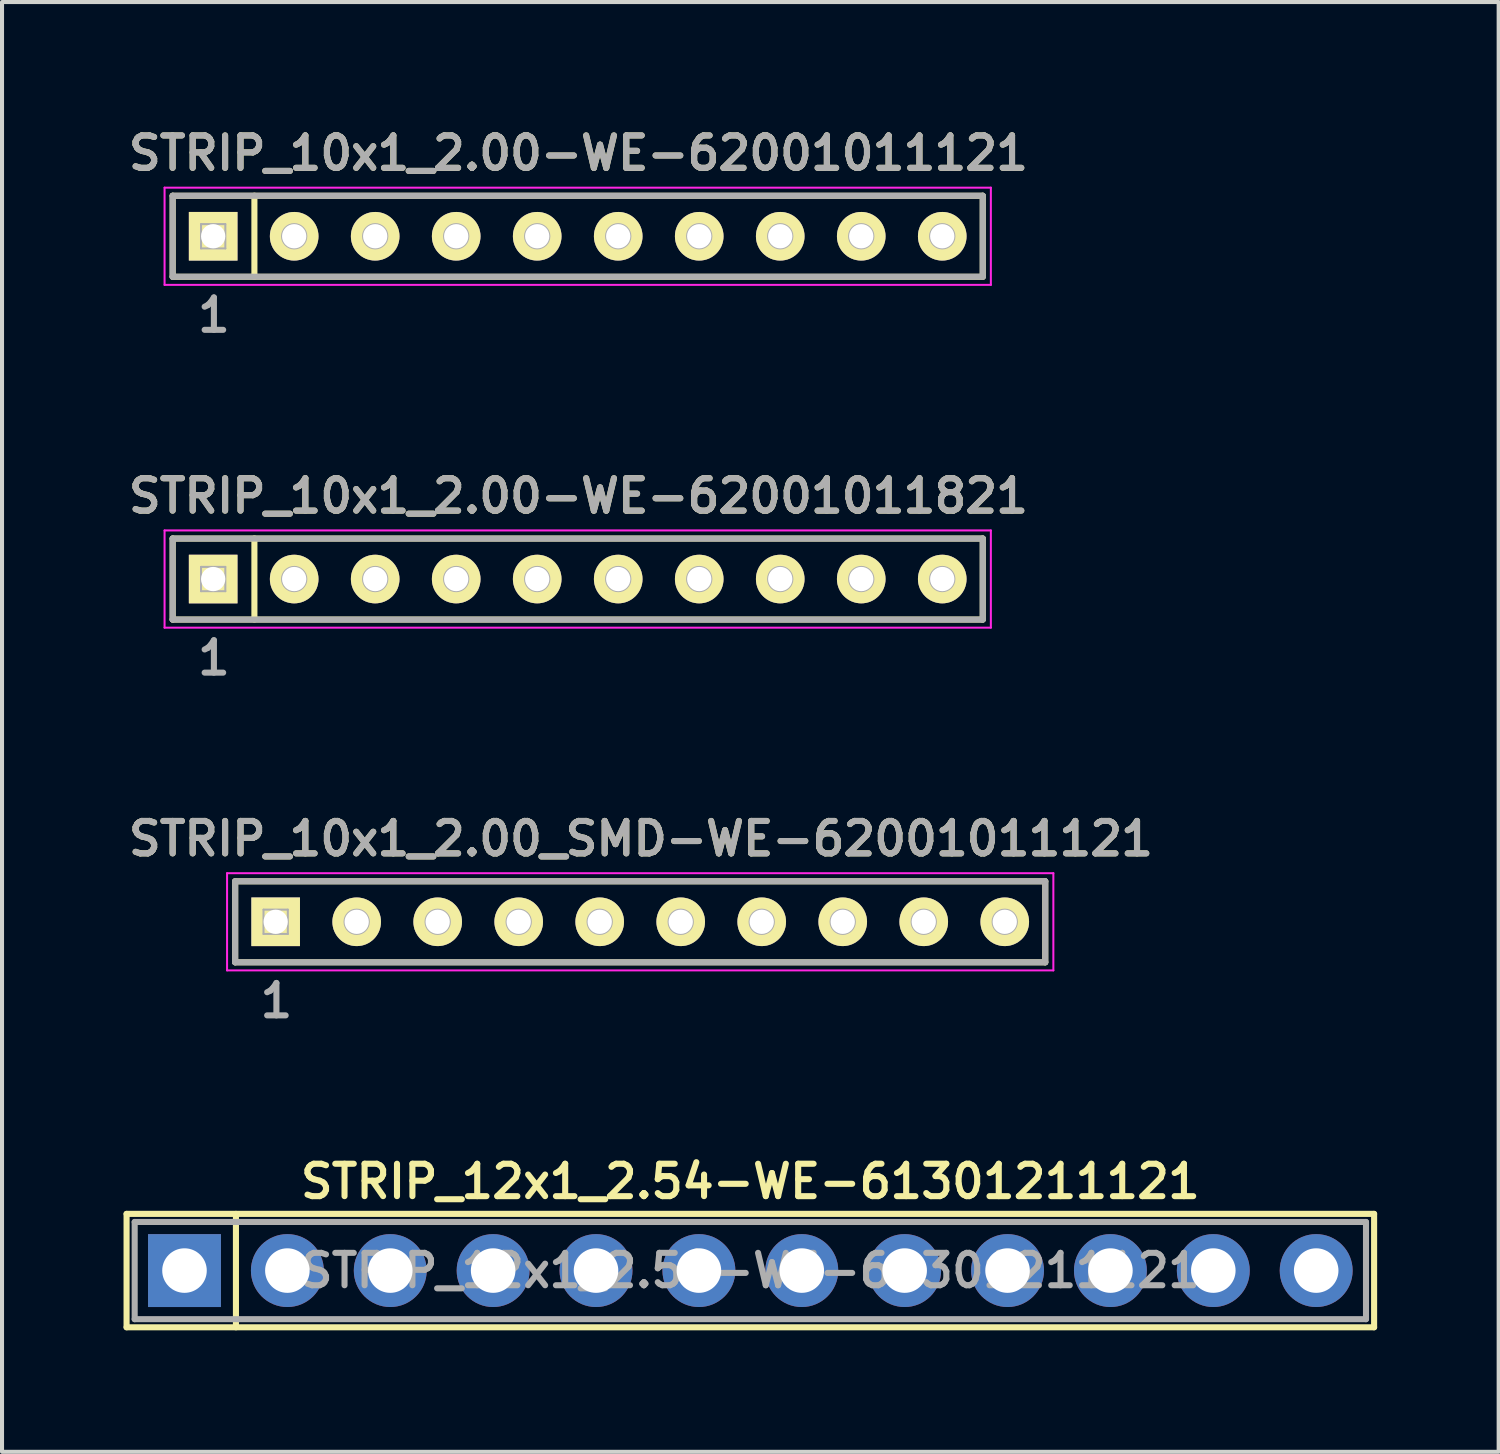
<source format=kicad_pcb>
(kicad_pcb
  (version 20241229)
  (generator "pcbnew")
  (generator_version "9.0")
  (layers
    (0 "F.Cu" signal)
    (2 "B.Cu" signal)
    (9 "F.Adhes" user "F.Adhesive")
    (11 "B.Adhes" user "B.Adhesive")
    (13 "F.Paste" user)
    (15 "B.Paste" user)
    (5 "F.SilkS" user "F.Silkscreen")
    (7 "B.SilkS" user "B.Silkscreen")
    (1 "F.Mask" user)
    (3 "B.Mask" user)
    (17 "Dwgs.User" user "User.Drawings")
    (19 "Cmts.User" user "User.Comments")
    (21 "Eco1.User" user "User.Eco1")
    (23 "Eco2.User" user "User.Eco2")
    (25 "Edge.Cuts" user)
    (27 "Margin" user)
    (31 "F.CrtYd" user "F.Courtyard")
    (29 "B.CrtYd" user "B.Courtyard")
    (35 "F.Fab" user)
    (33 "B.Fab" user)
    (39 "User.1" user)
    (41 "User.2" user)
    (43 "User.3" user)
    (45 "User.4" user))
  (footprint "STRIP_12x1_2.54-WE-61301211121"
    (layer "F.Cu")
    (at 15.475 28.319)
    (property "Reference" "STRIP_12x1_2.54-WE-61301211121" (at 0 -2.2 0) (layer "F.SilkS") (effects (font (size 0.8 0.8) (thickness 0.15))))
    (attr through_hole)
    (fp_line (start -15.4 -1.4) (end 15.4 -1.4) (stroke (width 0.15) (type solid)) (layer "F.SilkS"))
    (fp_line (start -15.4 1.4) (end -15.4 -1.4) (stroke (width 0.15) (type solid)) (layer "F.SilkS"))
    (fp_line (start -15.4 1.4) (end 15.4 1.4) (stroke (width 0.15) (type solid)) (layer "F.SilkS"))
    (fp_line (start -12.7 1.4) (end -12.7 -1.4) (stroke (width 0.15) (type solid)) (layer "F.SilkS"))
    (fp_line (start 15.4 -1.4) (end 15.4 1.4) (stroke (width 0.15) (type solid)) (layer "F.SilkS"))
    (fp_line (start -15.2 -1.2) (end -15.2 1.2) (stroke (width 0.15) (type solid)) (layer "F.Fab"))
    (fp_line (start -15.2 1.2) (end 15.2 1.2) (stroke (width 0.15) (type solid)) (layer "F.Fab"))
    (fp_line (start -14.27 -0.3) (end -13.67 -0.3) (stroke (width 0.15) (type solid)) (layer "F.Fab"))
    (fp_line (start -14.27 0.3) (end -14.27 -0.3) (stroke (width 0.15) (type solid)) (layer "F.Fab"))
    (fp_line (start -13.67 -0.3) (end -13.67 0.3) (stroke (width 0.15) (type solid)) (layer "F.Fab"))
    (fp_line (start -13.67 0.3) (end -14.27 0.3) (stroke (width 0.15) (type solid)) (layer "F.Fab"))
    (fp_line (start -11.73 -0.3) (end -11.13 -0.3) (stroke (width 0.15) (type solid)) (layer "F.Fab"))
    (fp_line (start -11.73 0.3) (end -11.73 -0.3) (stroke (width 0.15) (type solid)) (layer "F.Fab"))
    (fp_line (start -11.13 -0.3) (end -11.13 0.3) (stroke (width 0.15) (type solid)) (layer "F.Fab"))
    (fp_line (start -11.13 0.3) (end -11.73 0.3) (stroke (width 0.15) (type solid)) (layer "F.Fab"))
    (fp_line (start -9.19 -0.3) (end -8.59 -0.3) (stroke (width 0.15) (type solid)) (layer "F.Fab"))
    (fp_line (start -9.19 0.3) (end -9.19 -0.3) (stroke (width 0.15) (type solid)) (layer "F.Fab"))
    (fp_line (start -8.59 -0.3) (end -8.59 0.3) (stroke (width 0.15) (type solid)) (layer "F.Fab"))
    (fp_line (start -8.59 0.3) (end -9.19 0.3) (stroke (width 0.15) (type solid)) (layer "F.Fab"))
    (fp_line (start -6.65 -0.3) (end -6.05 -0.3) (stroke (width 0.15) (type solid)) (layer "F.Fab"))
    (fp_line (start -6.65 0.3) (end -6.65 -0.3) (stroke (width 0.15) (type solid)) (layer "F.Fab"))
    (fp_line (start -6.05 -0.3) (end -6.05 0.3) (stroke (width 0.15) (type solid)) (layer "F.Fab"))
    (fp_line (start -6.05 0.3) (end -6.65 0.3) (stroke (width 0.15) (type solid)) (layer "F.Fab"))
    (fp_line (start -4.11 -0.3) (end -3.51 -0.3) (stroke (width 0.15) (type solid)) (layer "F.Fab"))
    (fp_line (start -4.11 0.3) (end -4.11 -0.3) (stroke (width 0.15) (type solid)) (layer "F.Fab"))
    (fp_line (start -3.51 -0.3) (end -3.51 0.3) (stroke (width 0.15) (type solid)) (layer "F.Fab"))
    (fp_line (start -3.51 0.3) (end -4.11 0.3) (stroke (width 0.15) (type solid)) (layer "F.Fab"))
    (fp_line (start -1.57 -0.3) (end -0.97 -0.3) (stroke (width 0.15) (type solid)) (layer "F.Fab"))
    (fp_line (start -1.57 0.3) (end -1.57 -0.3) (stroke (width 0.15) (type solid)) (layer "F.Fab"))
    (fp_line (start -0.97 -0.3) (end -0.97 0.3) (stroke (width 0.15) (type solid)) (layer "F.Fab"))
    (fp_line (start -0.97 0.3) (end -1.57 0.3) (stroke (width 0.15) (type solid)) (layer "F.Fab"))
    (fp_line (start 0.97 -0.3) (end 1.57 -0.3) (stroke (width 0.15) (type solid)) (layer "F.Fab"))
    (fp_line (start 0.97 0.3) (end 0.97 -0.3) (stroke (width 0.15) (type solid)) (layer "F.Fab"))
    (fp_line (start 1.57 -0.3) (end 1.57 0.3) (stroke (width 0.15) (type solid)) (layer "F.Fab"))
    (fp_line (start 1.57 0.3) (end 0.97 0.3) (stroke (width 0.15) (type solid)) (layer "F.Fab"))
    (fp_line (start 3.51 -0.3) (end 4.11 -0.3) (stroke (width 0.15) (type solid)) (layer "F.Fab"))
    (fp_line (start 3.51 0.3) (end 3.51 -0.3) (stroke (width 0.15) (type solid)) (layer "F.Fab"))
    (fp_line (start 4.11 -0.3) (end 4.11 0.3) (stroke (width 0.15) (type solid)) (layer "F.Fab"))
    (fp_line (start 4.11 0.3) (end 3.51 0.3) (stroke (width 0.15) (type solid)) (layer "F.Fab"))
    (fp_line (start 6.05 -0.3) (end 6.65 -0.3) (stroke (width 0.15) (type solid)) (layer "F.Fab"))
    (fp_line (start 6.05 0.3) (end 6.05 -0.3) (stroke (width 0.15) (type solid)) (layer "F.Fab"))
    (fp_line (start 6.65 -0.3) (end 6.65 0.3) (stroke (width 0.15) (type solid)) (layer "F.Fab"))
    (fp_line (start 6.65 0.3) (end 6.05 0.3) (stroke (width 0.15) (type solid)) (layer "F.Fab"))
    (fp_line (start 8.59 -0.3) (end 9.19 -0.3) (stroke (width 0.15) (type solid)) (layer "F.Fab"))
    (fp_line (start 8.59 0.3) (end 8.59 -0.3) (stroke (width 0.15) (type solid)) (layer "F.Fab"))
    (fp_line (start 9.19 -0.3) (end 9.19 0.3) (stroke (width 0.15) (type solid)) (layer "F.Fab"))
    (fp_line (start 9.19 0.3) (end 8.59 0.3) (stroke (width 0.15) (type solid)) (layer "F.Fab"))
    (fp_line (start 11.13 -0.3) (end 11.73 -0.3) (stroke (width 0.15) (type solid)) (layer "F.Fab"))
    (fp_line (start 11.13 0.3) (end 11.13 -0.3) (stroke (width 0.15) (type solid)) (layer "F.Fab"))
    (fp_line (start 11.73 -0.3) (end 11.73 0.3) (stroke (width 0.15) (type solid)) (layer "F.Fab"))
    (fp_line (start 11.73 0.3) (end 11.13 0.3) (stroke (width 0.15) (type solid)) (layer "F.Fab"))
    (fp_line (start 13.67 -0.3) (end 14.27 -0.3) (stroke (width 0.15) (type solid)) (layer "F.Fab"))
    (fp_line (start 13.67 0.3) (end 13.67 -0.3) (stroke (width 0.15) (type solid)) (layer "F.Fab"))
    (fp_line (start 14.27 -0.3) (end 14.27 0.3) (stroke (width 0.15) (type solid)) (layer "F.Fab"))
    (fp_line (start 14.27 0.3) (end 13.67 0.3) (stroke (width 0.15) (type solid)) (layer "F.Fab"))
    (fp_line (start 15.2 -1.2) (end -15.2 -1.2) (stroke (width 0.15) (type solid)) (layer "F.Fab"))
    (fp_line (start 15.2 1.2) (end 15.2 -1.2) (stroke (width 0.15) (type solid)) (layer "F.Fab"))
    (fp_text user "${REFERENCE}" (at 0 0 0) (layer "F.Fab") (effects (font (size 0.8 0.8) (thickness 0.15))))
    (pad "1" thru_hole rect (at -13.97 0) (size 1.8 1.8) (drill 1.1) (layers "*.Cu" "*.Mask"))
    (pad "2" thru_hole circle (at -11.43 0) (size 1.8 1.8) (drill 1.1) (layers "*.Cu" "*.Mask"))
    (pad "3" thru_hole circle (at -8.89 0) (size 1.8 1.8) (drill 1.1) (layers "*.Cu" "*.Mask"))
    (pad "4" thru_hole circle (at -6.35 0) (size 1.8 1.8) (drill 1.1) (layers "*.Cu" "*.Mask"))
    (pad "5" thru_hole circle (at -3.81 0) (size 1.8 1.8) (drill 1.1) (layers "*.Cu" "*.Mask"))
    (pad "6" thru_hole circle (at -1.27 0) (size 1.8 1.8) (drill 1.1) (layers "*.Cu" "*.Mask"))
    (pad "7" thru_hole circle (at 1.27 0) (size 1.8 1.8) (drill 1.1) (layers "*.Cu" "*.Mask"))
    (pad "8" thru_hole circle (at 3.81 0) (size 1.8 1.8) (drill 1.1) (layers "*.Cu" "*.Mask"))
    (pad "9" thru_hole circle (at 6.35 0) (size 1.8 1.8) (drill 1.1) (layers "*.Cu" "*.Mask"))
    (pad "10" thru_hole circle (at 8.89 0) (size 1.8 1.8) (drill 1.1) (layers "*.Cu" "*.Mask"))
    (pad "11" thru_hole circle (at 11.43 0) (size 1.8 1.8) (drill 1.1) (layers "*.Cu" "*.Mask"))
    (pad "12" thru_hole circle (at 13.97 0) (size 1.8 1.8) (drill 1.1) (layers "*.Cu" "*.Mask")))
  (footprint "STRIP_10x1_2.00_SMD-WE-62001011121"
    (layer "F.Cu")
    (at 12.774 19.656)
    (property "Reference" "STRIP_10x1_2.00_SMD-WE-62001011121" (at 0 -2 180) (layer "F.SilkS") (effects (font (size 0.8 0.8) (thickness 0.15))))
    (attr through_hole)
    (fp_line (start -10.018 1.052) (end -10.018 -0.948) (stroke (width 0.15) (type solid)) (layer "F.SilkS"))
    (fp_line (start -10.018 1.052) (end 9.982 1.052) (stroke (width 0.15) (type solid)) (layer "F.SilkS"))
    (fp_line (start 9.982 -0.948) (end -10.018 -0.948) (stroke (width 0.15) (type solid)) (layer "F.SilkS"))
    (fp_line (start 9.982 1.052) (end 9.982 -0.948) (stroke (width 0.15) (type solid)) (layer "F.SilkS"))
    (fp_line (start -10.218 -1.148) (end 10.182 -1.148) (stroke (width 0.05) (type solid)) (layer "F.CrtYd"))
    (fp_line (start -10.218 1.252) (end -10.218 -1.148) (stroke (width 0.05) (type solid)) (layer "F.CrtYd"))
    (fp_line (start 10.182 -1.148) (end 10.182 1.252) (stroke (width 0.05) (type solid)) (layer "F.CrtYd"))
    (fp_line (start 10.182 1.252) (end -10.218 1.252) (stroke (width 0.05) (type solid)) (layer "F.CrtYd"))
    (fp_line (start -10.018 -0.948) (end -10.018 1.052) (stroke (width 0.15) (type solid)) (layer "F.Fab"))
    (fp_line (start -10.018 1.052) (end 9.982 1.052) (stroke (width 0.15) (type solid)) (layer "F.Fab"))
    (fp_line (start -9.318 -0.248) (end -9.318 0.352) (stroke (width 0.05) (type solid)) (layer "F.Fab"))
    (fp_line (start -9.318 0.352) (end -8.718 0.352) (stroke (width 0.05) (type solid)) (layer "F.Fab"))
    (fp_line (start -8.718 -0.248) (end -9.318 -0.248) (stroke (width 0.05) (type solid)) (layer "F.Fab"))
    (fp_line (start -8.718 0.352) (end -8.718 -0.248) (stroke (width 0.05) (type solid)) (layer "F.Fab"))
    (fp_line (start 9.982 -0.948) (end -10.018 -0.948) (stroke (width 0.15) (type solid)) (layer "F.Fab"))
    (fp_line (start 9.982 1.052) (end 9.982 -0.948) (stroke (width 0.15) (type solid)) (layer "F.Fab"))
    (fp_circle (center -7.018 0.052) (end -7.018 -0.248) (stroke (width 0.05) (type solid)) (fill no) (layer "F.Fab"))
    (fp_circle (center -5.018 0.052) (end -5.018 -0.248) (stroke (width 0.05) (type solid)) (fill no) (layer "F.Fab"))
    (fp_circle (center -3.018 0.052) (end -3.018 -0.248) (stroke (width 0.05) (type solid)) (fill no) (layer "F.Fab"))
    (fp_circle (center -1.018 0.052) (end -1.018 -0.248) (stroke (width 0.05) (type solid)) (fill no) (layer "F.Fab"))
    (fp_circle (center 0.982 0.052) (end 0.982 -0.248) (stroke (width 0.05) (type solid)) (fill no) (layer "F.Fab"))
    (fp_circle (center 2.982 0.052) (end 2.982 -0.248) (stroke (width 0.05) (type solid)) (fill no) (layer "F.Fab"))
    (fp_circle (center 4.982 0.052) (end 4.982 -0.248) (stroke (width 0.05) (type solid)) (fill no) (layer "F.Fab"))
    (fp_circle (center 6.982 0.052) (end 6.982 -0.248) (stroke (width 0.05) (type solid)) (fill no) (layer "F.Fab"))
    (fp_circle (center 8.982 0.052) (end 8.982 -0.248) (stroke (width 0.05) (type solid)) (fill no) (layer "F.Fab"))
    (fp_text user "1" (at -9 2 180) (layer "F.Fab") (effects (font (size 0.8 0.8) (thickness 0.15))))
    (fp_text user "${REFERENCE}" (at 0 -2 0) (layer "F.Fab") (effects (font (size 0.8 0.8) (thickness 0.15))))
    (pad "1" thru_hole rect (at -9.018 0.052 90) (size 1.2 1.2) (drill 0.6) (layers "*.Cu" "*.Mask" "F.SilkS"))
    (pad "2" thru_hole circle (at -7.018 0.052 90) (size 1.2 1.2) (drill 0.6) (layers "*.Cu" "*.Mask" "F.SilkS"))
    (pad "3" thru_hole circle (at -5.018 0.052 90) (size 1.2 1.2) (drill 0.6) (layers "*.Cu" "*.Mask" "F.SilkS"))
    (pad "4" thru_hole circle (at -3.018 0.052 90) (size 1.2 1.2) (drill 0.6) (layers "*.Cu" "*.Mask" "F.SilkS"))
    (pad "5" thru_hole circle (at -1.018 0.052 90) (size 1.2 1.2) (drill 0.6) (layers "*.Cu" "*.Mask" "F.SilkS"))
    (pad "6" thru_hole circle (at 0.982 0.052 90) (size 1.2 1.2) (drill 0.6) (layers "*.Cu" "*.Mask" "F.SilkS"))
    (pad "7" thru_hole circle (at 2.982 0.052 90) (size 1.2 1.2) (drill 0.6) (layers "*.Cu" "*.Mask" "F.SilkS"))
    (pad "8" thru_hole circle (at 4.982 0.052 90) (size 1.2 1.2) (drill 0.6) (layers "*.Cu" "*.Mask" "F.SilkS"))
    (pad "9" thru_hole circle (at 6.982 0.052 90) (size 1.2 1.2) (drill 0.6) (layers "*.Cu" "*.Mask" "F.SilkS"))
    (pad "10" thru_hole circle (at 8.982 0.052 90) (size 1.2 1.2) (drill 0.6) (layers "*.Cu" "*.Mask" "F.SilkS")))
  (footprint "STRIP_10x1_2.00-WE-62001011821"
    (layer "F.Cu")
    (at 11.231 11.194)
    (property "Reference" "STRIP_10x1_2.00-WE-62001011821" (at 0 -2 180) (layer "F.SilkS") (effects (font (size 0.8 0.8) (thickness 0.15))))
    (attr through_hole)
    (fp_line (start -10.018 1.052) (end -10.018 -0.948) (stroke (width 0.15) (type solid)) (layer "F.SilkS"))
    (fp_line (start -10.018 1.052) (end 9.982 1.052) (stroke (width 0.15) (type solid)) (layer "F.SilkS"))
    (fp_line (start -8 -0.95) (end -8 1.05) (stroke (width 0.15) (type solid)) (layer "F.SilkS"))
    (fp_line (start 9.982 -0.948) (end -10.018 -0.948) (stroke (width 0.15) (type solid)) (layer "F.SilkS"))
    (fp_line (start 9.982 1.052) (end 9.982 -0.948) (stroke (width 0.15) (type solid)) (layer "F.SilkS"))
    (fp_line (start -10.218 -1.148) (end 10.182 -1.148) (stroke (width 0.05) (type solid)) (layer "F.CrtYd"))
    (fp_line (start -10.218 1.252) (end -10.218 -1.148) (stroke (width 0.05) (type solid)) (layer "F.CrtYd"))
    (fp_line (start 10.182 -1.148) (end 10.182 1.252) (stroke (width 0.05) (type solid)) (layer "F.CrtYd"))
    (fp_line (start 10.182 1.252) (end -10.218 1.252) (stroke (width 0.05) (type solid)) (layer "F.CrtYd"))
    (fp_line (start -10.018 -0.948) (end -10.018 1.052) (stroke (width 0.15) (type solid)) (layer "F.Fab"))
    (fp_line (start -10.018 1.052) (end 9.982 1.052) (stroke (width 0.15) (type solid)) (layer "F.Fab"))
    (fp_line (start -9.318 -0.248) (end -9.318 0.352) (stroke (width 0.05) (type solid)) (layer "F.Fab"))
    (fp_line (start -9.318 0.352) (end -8.718 0.352) (stroke (width 0.05) (type solid)) (layer "F.Fab"))
    (fp_line (start -8.718 -0.248) (end -9.318 -0.248) (stroke (width 0.05) (type solid)) (layer "F.Fab"))
    (fp_line (start -8.718 0.352) (end -8.718 -0.248) (stroke (width 0.05) (type solid)) (layer "F.Fab"))
    (fp_line (start 9.982 -0.948) (end -10.018 -0.948) (stroke (width 0.15) (type solid)) (layer "F.Fab"))
    (fp_line (start 9.982 1.052) (end 9.982 -0.948) (stroke (width 0.15) (type solid)) (layer "F.Fab"))
    (fp_circle (center -7.018 0.052) (end -7.018 -0.248) (stroke (width 0.05) (type solid)) (fill no) (layer "F.Fab"))
    (fp_circle (center -5.018 0.052) (end -5.018 -0.248) (stroke (width 0.05) (type solid)) (fill no) (layer "F.Fab"))
    (fp_circle (center -3.018 0.052) (end -3.018 -0.248) (stroke (width 0.05) (type solid)) (fill no) (layer "F.Fab"))
    (fp_circle (center -1.018 0.052) (end -1.018 -0.248) (stroke (width 0.05) (type solid)) (fill no) (layer "F.Fab"))
    (fp_circle (center 0.982 0.052) (end 0.982 -0.248) (stroke (width 0.05) (type solid)) (fill no) (layer "F.Fab"))
    (fp_circle (center 2.982 0.052) (end 2.982 -0.248) (stroke (width 0.05) (type solid)) (fill no) (layer "F.Fab"))
    (fp_circle (center 4.982 0.052) (end 4.982 -0.248) (stroke (width 0.05) (type solid)) (fill no) (layer "F.Fab"))
    (fp_circle (center 6.982 0.052) (end 6.982 -0.248) (stroke (width 0.05) (type solid)) (fill no) (layer "F.Fab"))
    (fp_circle (center 8.982 0.052) (end 8.982 -0.248) (stroke (width 0.05) (type solid)) (fill no) (layer "F.Fab"))
    (fp_text user "1" (at -9 2 180) (layer "F.Fab") (effects (font (size 0.8 0.8) (thickness 0.15))))
    (fp_text user "${REFERENCE}" (at 0 -2 0) (layer "F.Fab") (effects (font (size 0.8 0.8) (thickness 0.15))))
    (pad "1" thru_hole rect (at -9.018 0.052 90) (size 1.2 1.2) (drill 0.6) (layers "*.Cu" "*.Mask" "F.SilkS"))
    (pad "2" thru_hole circle (at -7.018 0.052 90) (size 1.2 1.2) (drill 0.6) (layers "*.Cu" "*.Mask" "F.SilkS"))
    (pad "3" thru_hole circle (at -5.018 0.052 90) (size 1.2 1.2) (drill 0.6) (layers "*.Cu" "*.Mask" "F.SilkS"))
    (pad "4" thru_hole circle (at -3.018 0.052 90) (size 1.2 1.2) (drill 0.6) (layers "*.Cu" "*.Mask" "F.SilkS"))
    (pad "5" thru_hole circle (at -1.018 0.052 90) (size 1.2 1.2) (drill 0.6) (layers "*.Cu" "*.Mask" "F.SilkS"))
    (pad "6" thru_hole circle (at 0.982 0.052 90) (size 1.2 1.2) (drill 0.6) (layers "*.Cu" "*.Mask" "F.SilkS"))
    (pad "7" thru_hole circle (at 2.982 0.052 90) (size 1.2 1.2) (drill 0.6) (layers "*.Cu" "*.Mask" "F.SilkS"))
    (pad "8" thru_hole circle (at 4.982 0.052 90) (size 1.2 1.2) (drill 0.6) (layers "*.Cu" "*.Mask" "F.SilkS"))
    (pad "9" thru_hole circle (at 6.982 0.052 90) (size 1.2 1.2) (drill 0.6) (layers "*.Cu" "*.Mask" "F.SilkS"))
    (pad "10" thru_hole circle (at 8.982 0.052 90) (size 1.2 1.2) (drill 0.6) (layers "*.Cu" "*.Mask" "F.SilkS")))
  (footprint "STRIP_10x1_2.00-WE-62001011121"
    (layer "F.Cu")
    (at 11.231 2.731)
    (property "Reference" "STRIP_10x1_2.00-WE-62001011121" (at 0 -2 180) (layer "F.SilkS") (effects (font (size 0.8 0.8) (thickness 0.15))))
    (attr through_hole)
    (fp_line (start -10.018 1.052) (end -10.018 -0.948) (stroke (width 0.15) (type solid)) (layer "F.SilkS"))
    (fp_line (start -10.018 1.052) (end 9.982 1.052) (stroke (width 0.15) (type solid)) (layer "F.SilkS"))
    (fp_line (start -8 -0.95) (end -8 1.05) (stroke (width 0.15) (type solid)) (layer "F.SilkS"))
    (fp_line (start 9.982 -0.948) (end -10.018 -0.948) (stroke (width 0.15) (type solid)) (layer "F.SilkS"))
    (fp_line (start 9.982 1.052) (end 9.982 -0.948) (stroke (width 0.15) (type solid)) (layer "F.SilkS"))
    (fp_line (start -10.218 -1.148) (end 10.182 -1.148) (stroke (width 0.05) (type solid)) (layer "F.CrtYd"))
    (fp_line (start -10.218 1.252) (end -10.218 -1.148) (stroke (width 0.05) (type solid)) (layer "F.CrtYd"))
    (fp_line (start 10.182 -1.148) (end 10.182 1.252) (stroke (width 0.05) (type solid)) (layer "F.CrtYd"))
    (fp_line (start 10.182 1.252) (end -10.218 1.252) (stroke (width 0.05) (type solid)) (layer "F.CrtYd"))
    (fp_line (start -10.018 -0.948) (end -10.018 1.052) (stroke (width 0.15) (type solid)) (layer "F.Fab"))
    (fp_line (start -10.018 1.052) (end 9.982 1.052) (stroke (width 0.15) (type solid)) (layer "F.Fab"))
    (fp_line (start -9.318 -0.248) (end -9.318 0.352) (stroke (width 0.05) (type solid)) (layer "F.Fab"))
    (fp_line (start -9.318 0.352) (end -8.718 0.352) (stroke (width 0.05) (type solid)) (layer "F.Fab"))
    (fp_line (start -8.718 -0.248) (end -9.318 -0.248) (stroke (width 0.05) (type solid)) (layer "F.Fab"))
    (fp_line (start -8.718 0.352) (end -8.718 -0.248) (stroke (width 0.05) (type solid)) (layer "F.Fab"))
    (fp_line (start 9.982 -0.948) (end -10.018 -0.948) (stroke (width 0.15) (type solid)) (layer "F.Fab"))
    (fp_line (start 9.982 1.052) (end 9.982 -0.948) (stroke (width 0.15) (type solid)) (layer "F.Fab"))
    (fp_circle (center -7.018 0.052) (end -7.018 -0.248) (stroke (width 0.05) (type solid)) (fill no) (layer "F.Fab"))
    (fp_circle (center -5.018 0.052) (end -5.018 -0.248) (stroke (width 0.05) (type solid)) (fill no) (layer "F.Fab"))
    (fp_circle (center -3.018 0.052) (end -3.018 -0.248) (stroke (width 0.05) (type solid)) (fill no) (layer "F.Fab"))
    (fp_circle (center -1.018 0.052) (end -1.018 -0.248) (stroke (width 0.05) (type solid)) (fill no) (layer "F.Fab"))
    (fp_circle (center 0.982 0.052) (end 0.982 -0.248) (stroke (width 0.05) (type solid)) (fill no) (layer "F.Fab"))
    (fp_circle (center 2.982 0.052) (end 2.982 -0.248) (stroke (width 0.05) (type solid)) (fill no) (layer "F.Fab"))
    (fp_circle (center 4.982 0.052) (end 4.982 -0.248) (stroke (width 0.05) (type solid)) (fill no) (layer "F.Fab"))
    (fp_circle (center 6.982 0.052) (end 6.982 -0.248) (stroke (width 0.05) (type solid)) (fill no) (layer "F.Fab"))
    (fp_circle (center 8.982 0.052) (end 8.982 -0.248) (stroke (width 0.05) (type solid)) (fill no) (layer "F.Fab"))
    (fp_text user "${REFERENCE}" (at 0 -2 0) (layer "F.Fab") (effects (font (size 0.8 0.8) (thickness 0.15))))
    (fp_text user "1" (at -9 2 180) (layer "F.Fab") (effects (font (size 0.8 0.8) (thickness 0.15))))
    (pad "1" thru_hole rect (at -9.018 0.052 90) (size 1.2 1.2) (drill 0.6) (layers "*.Cu" "*.Mask" "F.SilkS"))
    (pad "2" thru_hole circle (at -7.018 0.052 90) (size 1.2 1.2) (drill 0.6) (layers "*.Cu" "*.Mask" "F.SilkS"))
    (pad "3" thru_hole circle (at -5.018 0.052 90) (size 1.2 1.2) (drill 0.6) (layers "*.Cu" "*.Mask" "F.SilkS"))
    (pad "4" thru_hole circle (at -3.018 0.052 90) (size 1.2 1.2) (drill 0.6) (layers "*.Cu" "*.Mask" "F.SilkS"))
    (pad "5" thru_hole circle (at -1.018 0.052 90) (size 1.2 1.2) (drill 0.6) (layers "*.Cu" "*.Mask" "F.SilkS"))
    (pad "6" thru_hole circle (at 0.982 0.052 90) (size 1.2 1.2) (drill 0.6) (layers "*.Cu" "*.Mask" "F.SilkS"))
    (pad "7" thru_hole circle (at 2.982 0.052 90) (size 1.2 1.2) (drill 0.6) (layers "*.Cu" "*.Mask" "F.SilkS"))
    (pad "8" thru_hole circle (at 4.982 0.052 90) (size 1.2 1.2) (drill 0.6) (layers "*.Cu" "*.Mask" "F.SilkS"))
    (pad "9" thru_hole circle (at 6.982 0.052 90) (size 1.2 1.2) (drill 0.6) (layers "*.Cu" "*.Mask" "F.SilkS"))
    (pad "10" thru_hole circle (at 8.982 0.052 90) (size 1.2 1.2) (drill 0.6) (layers "*.Cu" "*.Mask" "F.SilkS")))
  (gr_rect
    (start -3 -3)
    (end 33.95 32.794)
    (stroke (width 0.1) (type default))
    (fill no)
    (layer "Edge.Cuts")))
</source>
